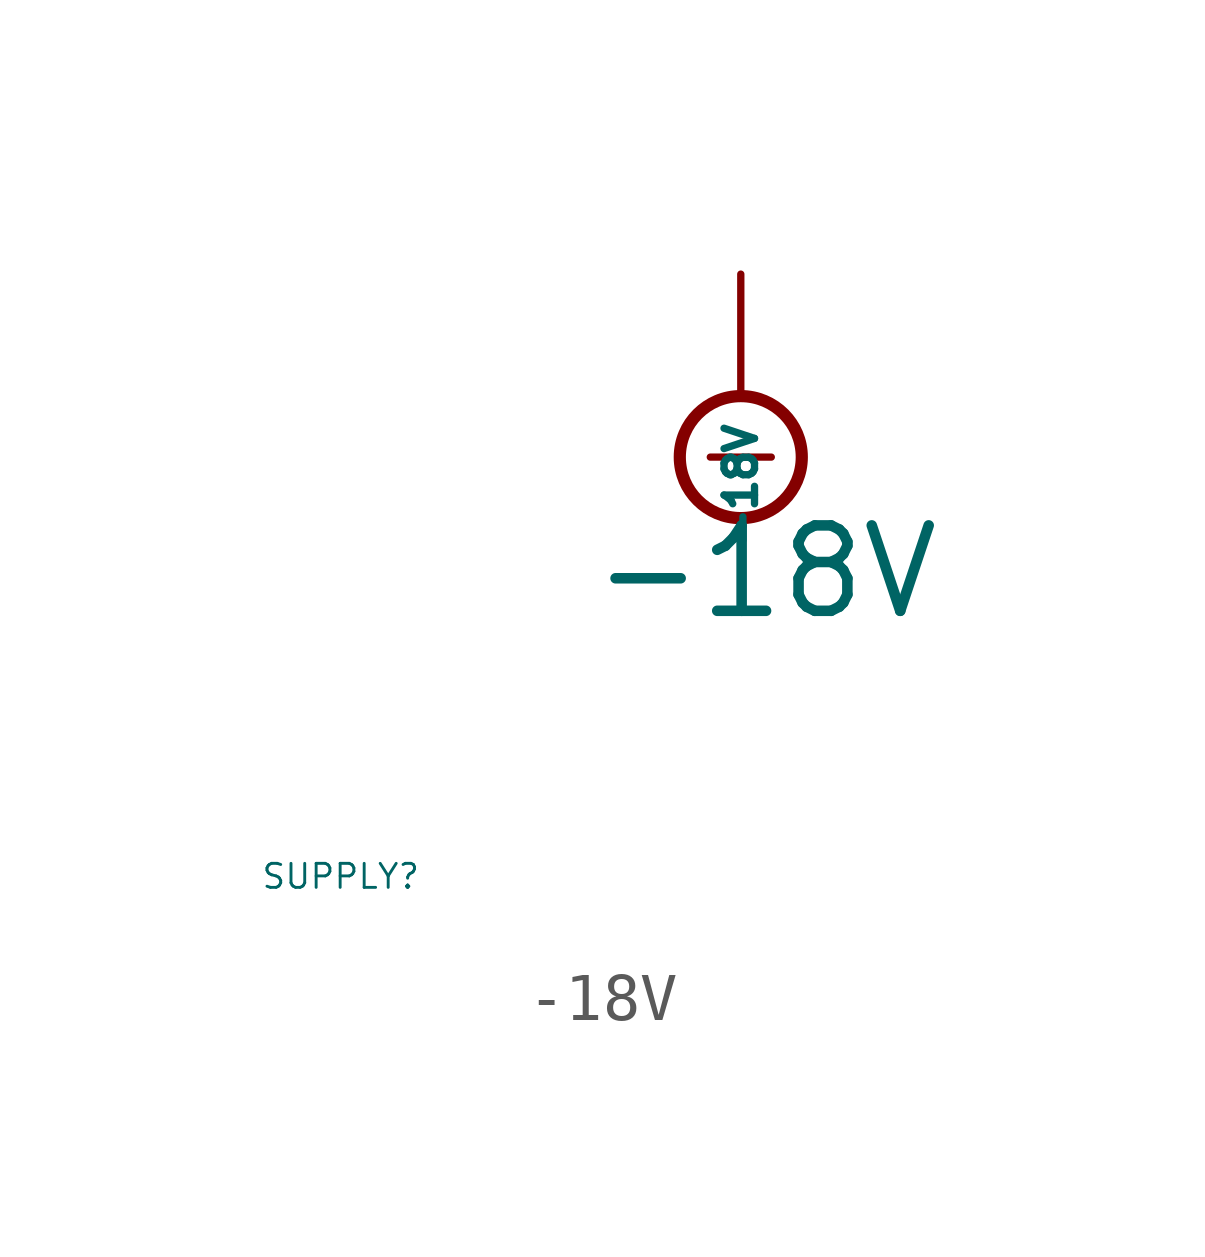
<source format=kicad_sym>
(kicad_symbol_lib
  (version 20220914)
  (generator Eagle2Kicad)
  (symbol "-18V"
    (property "Reference" "SUPPLY"
      (at -10 -10 0)
      (effects (font (size 0.5 0.5) (thickness 0.06)) (justify left)))
    (property "Value" "-18V"
      (at -3.175 -4.699 0)
      (effects (font (size 1.778 1.778) (thickness 0.22)) (justify left bottom)))
    (polyline
      (pts (xy -0.635 -1.27) (xy 0.635 -1.27))
      (stroke (width 0.152) (type default))
      (fill (type none)))
    (circle
      (center 0 -1.27)
      (radius 1.27)
      (stroke (width 0.254) (type default))
      (fill (type none)))
    (pin unspecified line
      (at 0 2.54 270)
      (length 2.54)
      (name "-18V" (effects (font (size 0.635 0.635) (thickness 0.08)) (justify left bottom)))
      (number "" (effects (font (size 0.635 0.635) (thickness 0.08)) (justify left bottom))))))
</source>
